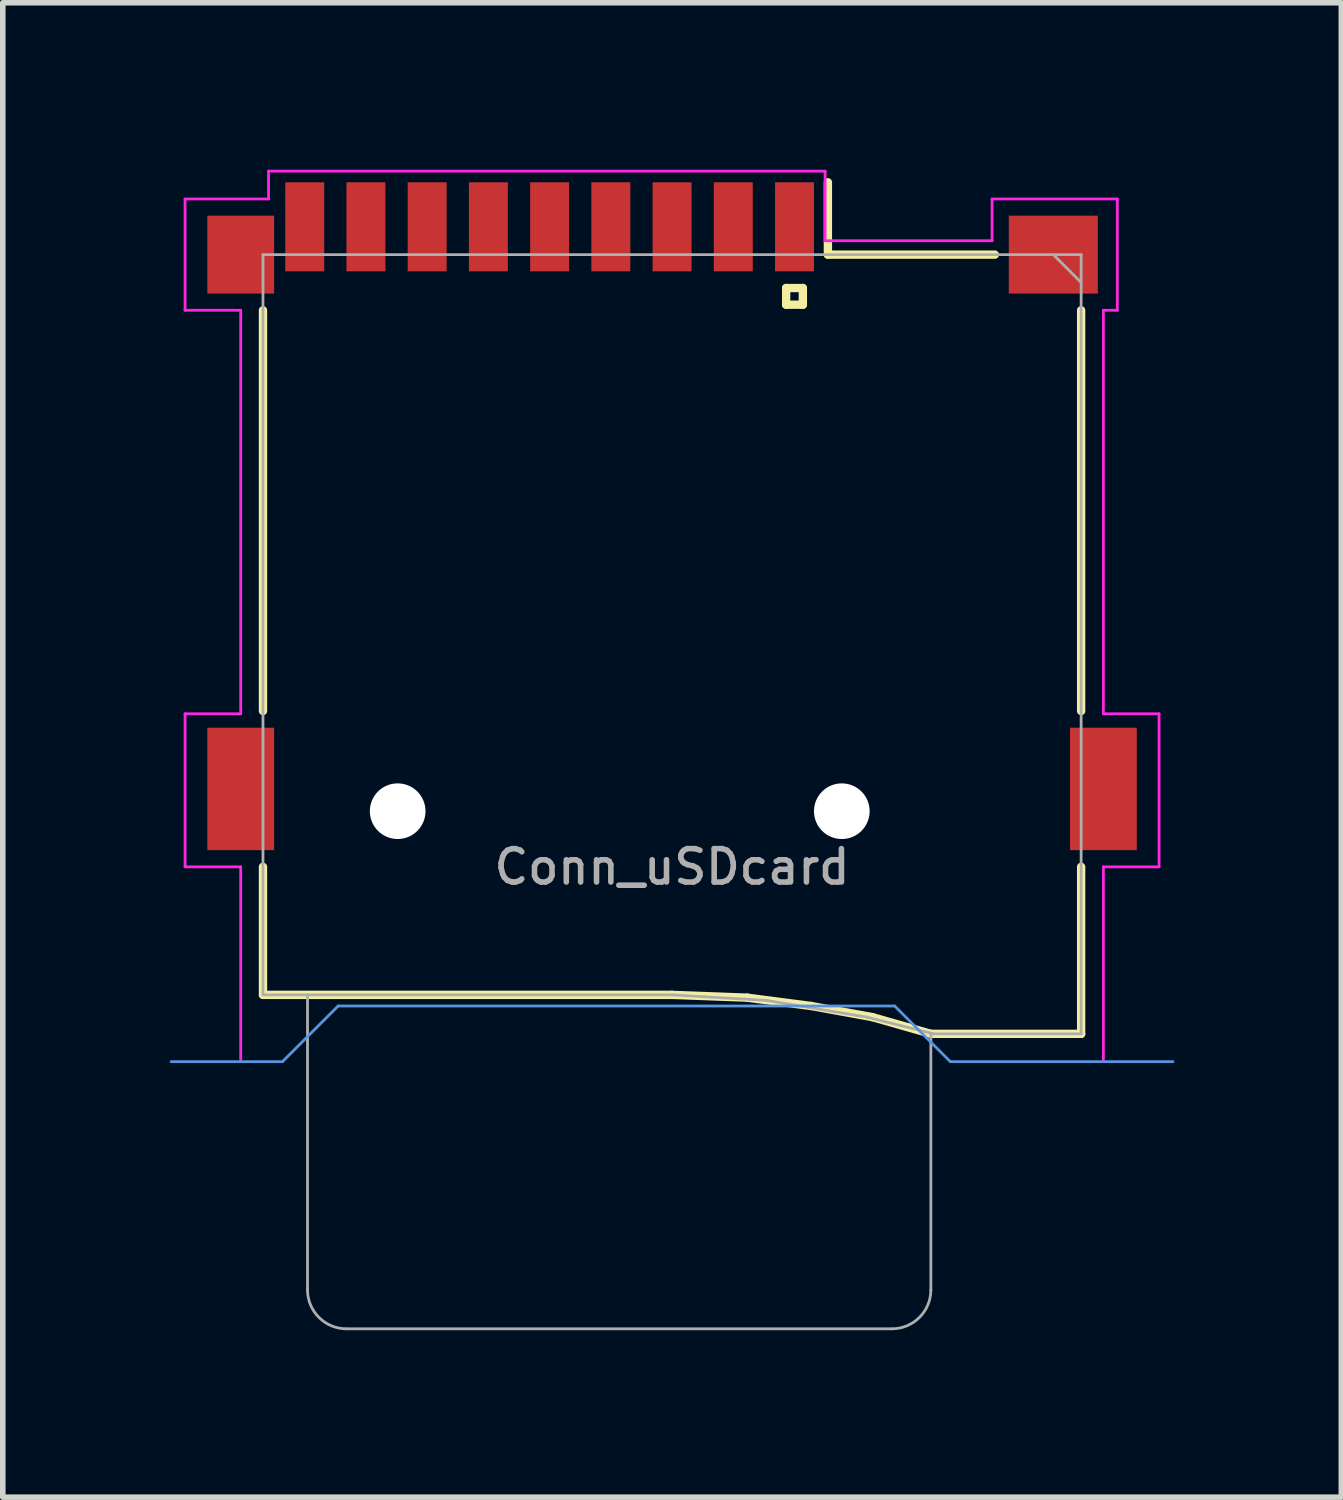
<source format=kicad_pcb>
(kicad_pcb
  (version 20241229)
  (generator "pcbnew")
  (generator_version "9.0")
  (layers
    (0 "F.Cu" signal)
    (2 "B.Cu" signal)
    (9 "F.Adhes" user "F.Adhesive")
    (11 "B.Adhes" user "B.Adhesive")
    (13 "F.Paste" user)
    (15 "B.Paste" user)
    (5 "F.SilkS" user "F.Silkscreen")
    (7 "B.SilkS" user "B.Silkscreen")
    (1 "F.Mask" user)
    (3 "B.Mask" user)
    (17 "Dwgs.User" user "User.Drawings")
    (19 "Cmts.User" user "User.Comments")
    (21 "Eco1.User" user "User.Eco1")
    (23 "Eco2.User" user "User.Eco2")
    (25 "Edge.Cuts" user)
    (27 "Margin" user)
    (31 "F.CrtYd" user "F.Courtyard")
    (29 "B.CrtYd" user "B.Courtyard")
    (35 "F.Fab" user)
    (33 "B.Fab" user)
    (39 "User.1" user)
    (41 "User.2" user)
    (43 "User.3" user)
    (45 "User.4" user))
  (footprint "Conn_uSDcard"
    (layer "F.Cu")
    (at 9.025 11.525)
    (property "Reference" "Conn_uSDcard" (at 0 1 180) (layer "F.Fab") (effects (font (size 0.6 0.6) (thickness 0.1))))
    (attr through_hole)
    (fp_line (start -7.35 -1.8) (end -7.35 -9) (stroke (width 0.15) (type solid)) (layer "F.SilkS"))
    (fp_line (start -7.35 1) (end -7.35 3.3) (stroke (width 0.15) (type solid)) (layer "F.SilkS"))
    (fp_line (start -7.35 3.3) (end 0 3.3) (stroke (width 0.15) (type solid)) (layer "F.SilkS"))
    (fp_line (start 0 3.3) (end 1.35 3.35) (stroke (width 0.15) (type solid)) (layer "F.SilkS"))
    (fp_line (start 1.35 3.35) (end 2.5 3.5) (stroke (width 0.15) (type solid)) (layer "F.SilkS"))
    (fp_line (start 2.05 -9.4) (end 2.05 -9.1) (stroke (width 0.15) (type solid)) (layer "F.SilkS"))
    (fp_line (start 2.05 -9.1) (end 2.35 -9.1) (stroke (width 0.15) (type solid)) (layer "F.SilkS"))
    (fp_line (start 2.35 -9.4) (end 2.05 -9.4) (stroke (width 0.15) (type solid)) (layer "F.SilkS"))
    (fp_line (start 2.35 -9.1) (end 2.35 -9.4) (stroke (width 0.15) (type solid)) (layer "F.SilkS"))
    (fp_line (start 2.5 3.5) (end 3.6 3.7) (stroke (width 0.15) (type solid)) (layer "F.SilkS"))
    (fp_line (start 2.8 -10) (end 2.8 -11.3) (stroke (width 0.15) (type solid)) (layer "F.SilkS"))
    (fp_line (start 2.8 -10) (end 5.8 -10) (stroke (width 0.15) (type solid)) (layer "F.SilkS"))
    (fp_line (start 3.6 3.7) (end 4.65 4) (stroke (width 0.15) (type solid)) (layer "F.SilkS"))
    (fp_line (start 4.65 4) (end 7.35 4) (stroke (width 0.15) (type solid)) (layer "F.SilkS"))
    (fp_line (start 7.35 -9) (end 7.35 -1.8) (stroke (width 0.15) (type solid)) (layer "F.SilkS"))
    (fp_line (start 7.35 4) (end 7.35 1) (stroke (width 0.15) (type solid)) (layer "F.SilkS"))
    (fp_line (start -9 4.5) (end -7 4.5) (stroke (width 0.05) (type solid)) (layer "Cmts.User"))
    (fp_line (start -7 4.5) (end -6 3.5) (stroke (width 0.05) (type solid)) (layer "Cmts.User"))
    (fp_line (start -6 3.5) (end 4 3.5) (stroke (width 0.05) (type solid)) (layer "Cmts.User"))
    (fp_line (start 4 3.5) (end 5 4.5) (stroke (width 0.05) (type solid)) (layer "Cmts.User"))
    (fp_line (start 5 4.5) (end 9 4.5) (stroke (width 0.05) (type solid)) (layer "Cmts.User"))
    (fp_line (start -8.75 -11) (end -7.25 -11) (stroke (width 0.05) (type solid)) (layer "F.CrtYd"))
    (fp_line (start -8.75 -9) (end -8.75 -11) (stroke (width 0.05) (type solid)) (layer "F.CrtYd"))
    (fp_line (start -8.75 -1.75) (end -7.75 -1.75) (stroke (width 0.05) (type solid)) (layer "F.CrtYd"))
    (fp_line (start -8.75 1) (end -8.75 -1.75) (stroke (width 0.05) (type solid)) (layer "F.CrtYd"))
    (fp_line (start -7.75 -9) (end -8.75 -9) (stroke (width 0.05) (type solid)) (layer "F.CrtYd"))
    (fp_line (start -7.75 -1.75) (end -7.75 -9) (stroke (width 0.05) (type solid)) (layer "F.CrtYd"))
    (fp_line (start -7.75 1) (end -8.75 1) (stroke (width 0.05) (type solid)) (layer "F.CrtYd"))
    (fp_line (start -7.75 4.5) (end -7.75 1) (stroke (width 0.05) (type solid)) (layer "F.CrtYd"))
    (fp_line (start -7.25 -11.5) (end 2.75 -11.5) (stroke (width 0.05) (type solid)) (layer "F.CrtYd"))
    (fp_line (start -7.25 -11) (end -7.25 -11.5) (stroke (width 0.05) (type solid)) (layer "F.CrtYd"))
    (fp_line (start 2.75 -11.5) (end 2.75 -10.25) (stroke (width 0.05) (type solid)) (layer "F.CrtYd"))
    (fp_line (start 2.75 -10.25) (end 5.75 -10.25) (stroke (width 0.05) (type solid)) (layer "F.CrtYd"))
    (fp_line (start 5.75 -11) (end 8 -11) (stroke (width 0.05) (type solid)) (layer "F.CrtYd"))
    (fp_line (start 5.75 -10.25) (end 5.75 -11) (stroke (width 0.05) (type solid)) (layer "F.CrtYd"))
    (fp_line (start 7.75 -9) (end 7.75 -1.75) (stroke (width 0.05) (type solid)) (layer "F.CrtYd"))
    (fp_line (start 7.75 -1.75) (end 8.75 -1.75) (stroke (width 0.05) (type solid)) (layer "F.CrtYd"))
    (fp_line (start 7.75 1) (end 7.75 4.5) (stroke (width 0.05) (type solid)) (layer "F.CrtYd"))
    (fp_line (start 8 -11) (end 8 -9) (stroke (width 0.05) (type solid)) (layer "F.CrtYd"))
    (fp_line (start 8 -9) (end 7.75 -9) (stroke (width 0.05) (type solid)) (layer "F.CrtYd"))
    (fp_line (start 8.75 -1.75) (end 8.75 1) (stroke (width 0.05) (type solid)) (layer "F.CrtYd"))
    (fp_line (start 8.75 1) (end 7.75 1) (stroke (width 0.05) (type solid)) (layer "F.CrtYd"))
    (fp_line (start -7.35 -10) (end -7.35 3.3) (stroke (width 0.05) (type solid)) (layer "F.Fab"))
    (fp_line (start -7.35 -10) (end 7.35 -10) (stroke (width 0.05) (type solid)) (layer "F.Fab"))
    (fp_line (start -7.35 3.3) (end 0 3.3) (stroke (width 0.05) (type solid)) (layer "F.Fab"))
    (fp_line (start -6.55 8.6) (end -6.55 3.3) (stroke (width 0.05) (type solid)) (layer "F.Fab"))
    (fp_line (start -5.85 9.3) (end 3.95 9.3) (stroke (width 0.05) (type solid)) (layer "F.Fab"))
    (fp_line (start 0 3.3) (end 1.7 3.4) (stroke (width 0.05) (type solid)) (layer "F.Fab"))
    (fp_line (start 1.7 3.4) (end 3.5 3.7) (stroke (width 0.05) (type solid)) (layer "F.Fab"))
    (fp_line (start 3.5 3.7) (end 4.7 4) (stroke (width 0.05) (type solid)) (layer "F.Fab"))
    (fp_line (start 4.65 4) (end 7.35 4) (stroke (width 0.05) (type solid)) (layer "F.Fab"))
    (fp_line (start 4.65 8.6) (end 4.65 4) (stroke (width 0.05) (type solid)) (layer "F.Fab"))
    (fp_line (start 7.35 -10) (end 7.35 4) (stroke (width 0.05) (type solid)) (layer "F.Fab"))
    (fp_line (start 7.35 -9.5) (end 6.85 -10) (stroke (width 0.05) (type solid)) (layer "F.Fab"))
    (fp_arc (start -5.85 9.3) (mid -6.344975 9.094975) (end -6.55 8.6) (stroke (width 0.05) (type solid)) (layer "F.Fab"))
    (fp_arc (start 4.65 8.6) (mid 4.444975 9.094975) (end 3.95 9.3) (stroke (width 0.05) (type solid)) (layer "F.Fab"))
    (fp_text user "${REFERENCE}" (at 2.1 -9.35 180) (layer "Eco1.User") (effects (font (size 0.3 0.3) (thickness 0.03))))
    (pad "" np_thru_hole circle (at -4.93 0) (size 1 1) (drill 1) (layers "*.Cu"))
    (pad "" np_thru_hole circle (at 3.05 0) (size 1 1) (drill 1) (layers "*.Cu"))
    (pad "1" smd rect (at 2.2 -10.5) (size 0.7 1.6) (layers "F.Cu" "F.Mask" "F.Paste"))
    (pad "2" smd rect (at 1.1 -10.5) (size 0.7 1.6) (layers "F.Cu" "F.Mask" "F.Paste"))
    (pad "3" smd rect (at 0 -10.5) (size 0.7 1.6) (layers "F.Cu" "F.Mask" "F.Paste"))
    (pad "4" smd rect (at -1.1 -10.5) (size 0.7 1.6) (layers "F.Cu" "F.Mask" "F.Paste"))
    (pad "5" smd rect (at -2.2 -10.5) (size 0.7 1.6) (layers "F.Cu" "F.Mask" "F.Paste"))
    (pad "6" smd rect (at -7.75 -10) (size 1.2 1.4) (layers "F.Cu" "F.Mask" "F.Paste"))
    (pad "6" smd rect (at -7.75 -0.4) (size 1.2 2.2) (layers "F.Cu" "F.Mask" "F.Paste"))
    (pad "6" smd rect (at -3.3 -10.5) (size 0.7 1.6) (layers "F.Cu" "F.Mask" "F.Paste"))
    (pad "6" smd rect (at 6.85 -10) (size 1.6 1.4) (layers "F.Cu" "F.Mask" "F.Paste"))
    (pad "6" smd rect (at 7.75 -0.4) (size 1.2 2.2) (layers "F.Cu" "F.Mask" "F.Paste"))
    (pad "7" smd rect (at -4.4 -10.5) (size 0.7 1.6) (layers "F.Cu" "F.Mask" "F.Paste"))
    (pad "8" smd rect (at -5.5 -10.5) (size 0.7 1.6) (layers "F.Cu" "F.Mask" "F.Paste"))
    (pad "9" smd rect (at -6.6 -10.5) (size 0.7 1.6) (layers "F.Cu" "F.Mask" "F.Paste")))
  (gr_rect
    (start -3 -3)
    (end 21.05 23.85)
    (stroke (width 0.1) (type default))
    (fill no)
    (layer "Edge.Cuts")))
</source>
